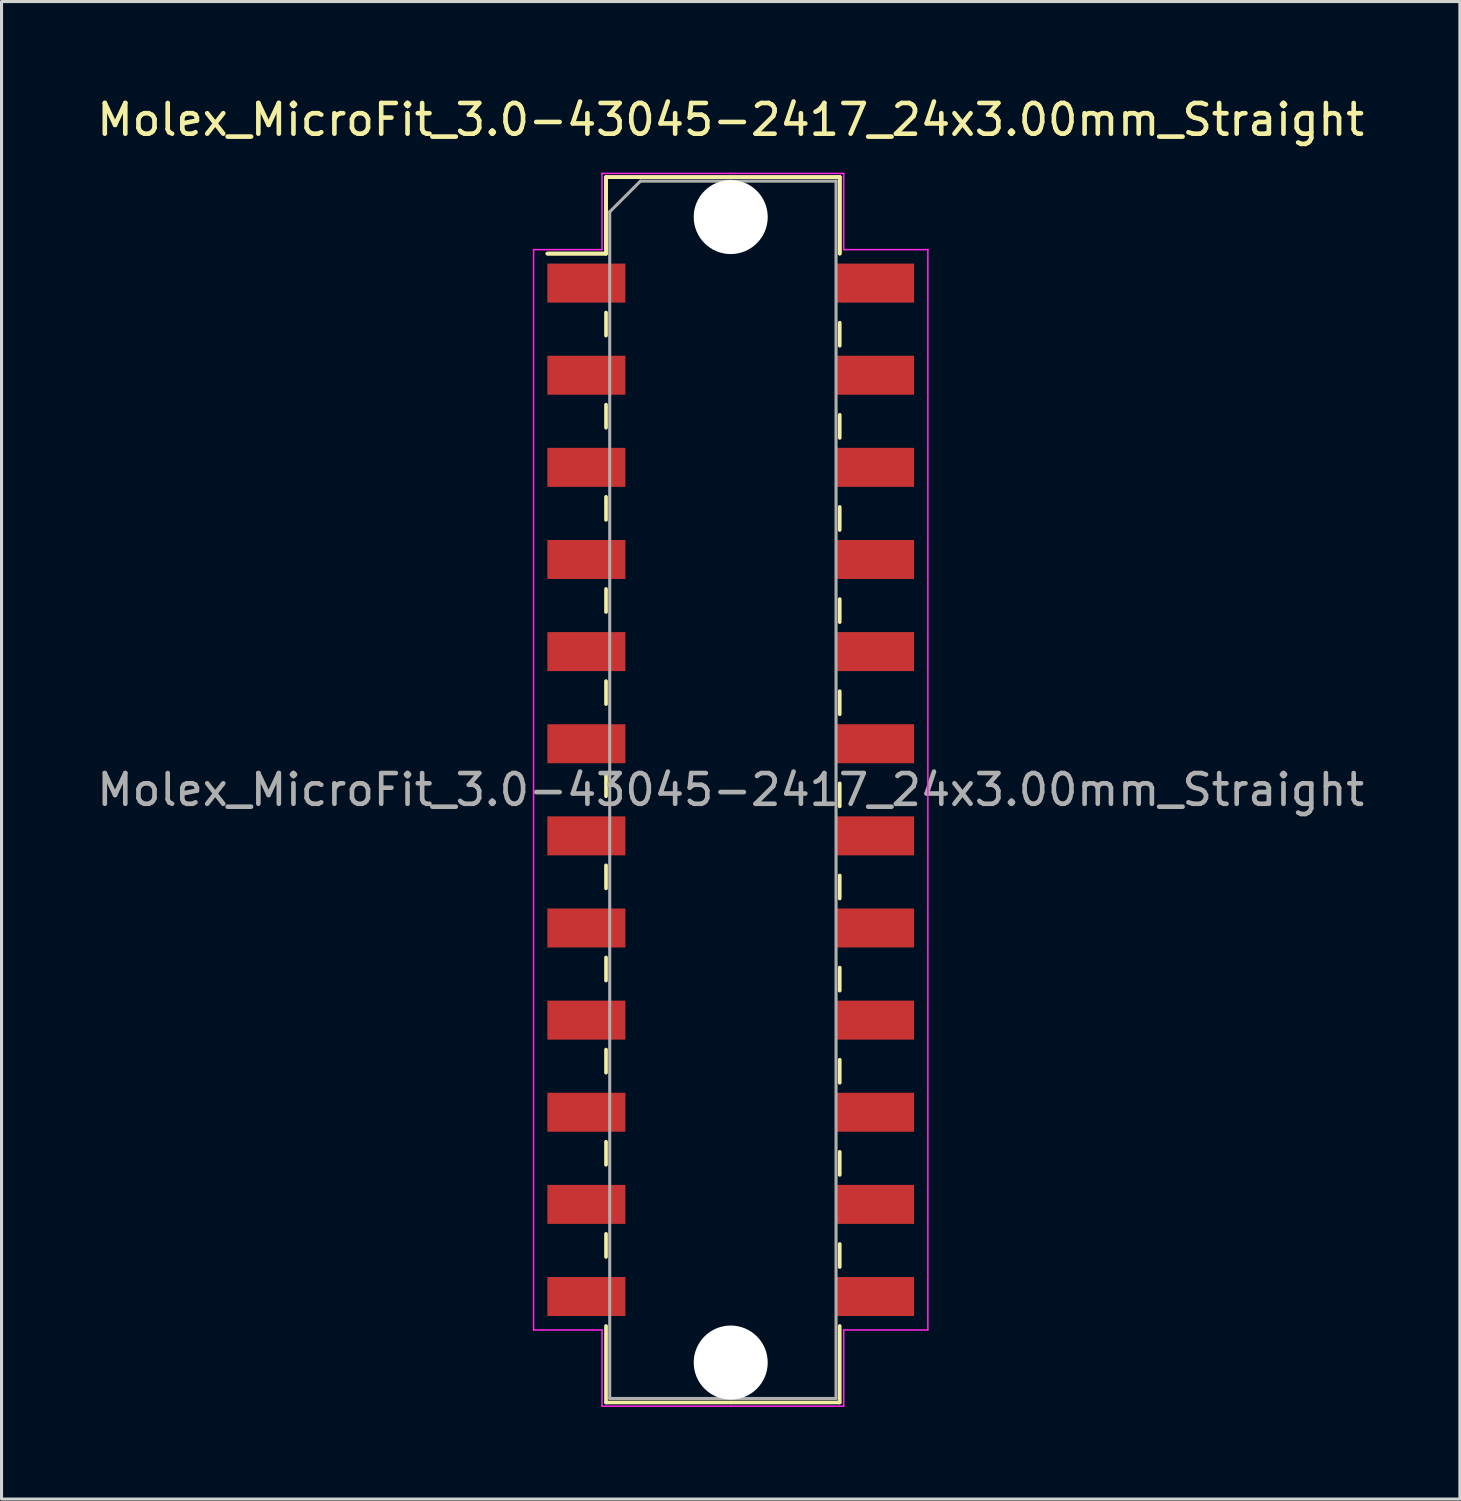
<source format=kicad_pcb>
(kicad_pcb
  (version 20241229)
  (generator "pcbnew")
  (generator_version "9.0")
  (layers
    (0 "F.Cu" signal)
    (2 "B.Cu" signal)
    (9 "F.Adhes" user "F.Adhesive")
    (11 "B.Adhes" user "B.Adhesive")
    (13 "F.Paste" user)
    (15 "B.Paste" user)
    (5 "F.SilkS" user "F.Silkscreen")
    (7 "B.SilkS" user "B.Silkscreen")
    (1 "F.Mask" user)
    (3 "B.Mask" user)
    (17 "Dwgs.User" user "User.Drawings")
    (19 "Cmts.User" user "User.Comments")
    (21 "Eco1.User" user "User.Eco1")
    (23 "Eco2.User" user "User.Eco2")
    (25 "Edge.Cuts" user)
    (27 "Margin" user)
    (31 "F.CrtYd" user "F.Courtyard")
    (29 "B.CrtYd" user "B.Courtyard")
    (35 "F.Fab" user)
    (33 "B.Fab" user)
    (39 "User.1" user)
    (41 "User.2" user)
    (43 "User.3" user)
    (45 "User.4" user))
  (footprint "Molex_MicroFit_3.0-43045-2417_24x3.00mm_Straight"
    (layer "F.Cu")
    (at 20.744 22.668)
    (property "Reference" "Molex_MicroFit_3.0-43045-2417_24x3.00mm_Straight" (at 0 -21.82 0) (layer "F.SilkS") (effects (font (size 1 1) (thickness 0.15))))
    (attr smd)
    (fp_line (start -5.97 -17.46) (end -4.06 -17.46) (stroke (width 0.12) (type solid)) (layer "F.SilkS"))
    (fp_line (start -5.97 -17.46) (end -4.06 -17.46) (stroke (width 0.12) (type solid)) (layer "F.SilkS"))
    (fp_line (start -4.06 -19.95) (end 3.55 -19.95) (stroke (width 0.12) (type solid)) (layer "F.SilkS"))
    (fp_line (start -4.06 -19.95) (end 3.55 -19.95) (stroke (width 0.12) (type solid)) (layer "F.SilkS"))
    (fp_line (start -4.06 -17.46) (end -4.06 -19.95) (stroke (width 0.12) (type solid)) (layer "F.SilkS"))
    (fp_line (start -4.06 -17.46) (end -4.06 -19.95) (stroke (width 0.12) (type solid)) (layer "F.SilkS"))
    (fp_line (start -4.06 -15.54) (end -4.06 -14.79) (stroke (width 0.12) (type solid)) (layer "F.SilkS"))
    (fp_line (start -4.06 -12.54) (end -4.06 -11.79) (stroke (width 0.12) (type solid)) (layer "F.SilkS"))
    (fp_line (start -4.06 -9.54) (end -4.06 -8.79) (stroke (width 0.12) (type solid)) (layer "F.SilkS"))
    (fp_line (start -4.06 -6.54) (end -4.06 -5.79) (stroke (width 0.12) (type solid)) (layer "F.SilkS"))
    (fp_line (start -4.06 -3.54) (end -4.06 -2.79) (stroke (width 0.12) (type solid)) (layer "F.SilkS"))
    (fp_line (start -4.06 -0.54) (end -4.06 0.21) (stroke (width 0.12) (type solid)) (layer "F.SilkS"))
    (fp_line (start -4.06 2.46) (end -4.06 3.21) (stroke (width 0.12) (type solid)) (layer "F.SilkS"))
    (fp_line (start -4.06 5.46) (end -4.06 6.21) (stroke (width 0.12) (type solid)) (layer "F.SilkS"))
    (fp_line (start -4.06 8.46) (end -4.06 9.21) (stroke (width 0.12) (type solid)) (layer "F.SilkS"))
    (fp_line (start -4.06 11.46) (end -4.06 12.21) (stroke (width 0.12) (type solid)) (layer "F.SilkS"))
    (fp_line (start -4.06 14.46) (end -4.06 15.21) (stroke (width 0.12) (type solid)) (layer "F.SilkS"))
    (fp_line (start -4.06 19.95) (end -4.06 17.46) (stroke (width 0.12) (type solid)) (layer "F.SilkS"))
    (fp_line (start 3.55 -19.95) (end 3.55 -17.46) (stroke (width 0.12) (type solid)) (layer "F.SilkS"))
    (fp_line (start 3.55 -19.95) (end 3.55 -17.46) (stroke (width 0.12) (type solid)) (layer "F.SilkS"))
    (fp_line (start 3.55 -14.46) (end 3.55 -15.21) (stroke (width 0.12) (type solid)) (layer "F.SilkS"))
    (fp_line (start 3.55 -11.46) (end 3.55 -12.21) (stroke (width 0.12) (type solid)) (layer "F.SilkS"))
    (fp_line (start 3.55 -8.46) (end 3.55 -9.21) (stroke (width 0.12) (type solid)) (layer "F.SilkS"))
    (fp_line (start 3.55 -5.46) (end 3.55 -6.21) (stroke (width 0.12) (type solid)) (layer "F.SilkS"))
    (fp_line (start 3.55 -2.46) (end 3.55 -3.21) (stroke (width 0.12) (type solid)) (layer "F.SilkS"))
    (fp_line (start 3.55 0.54) (end 3.55 -0.21) (stroke (width 0.12) (type solid)) (layer "F.SilkS"))
    (fp_line (start 3.55 3.54) (end 3.55 2.79) (stroke (width 0.12) (type solid)) (layer "F.SilkS"))
    (fp_line (start 3.55 6.54) (end 3.55 5.79) (stroke (width 0.12) (type solid)) (layer "F.SilkS"))
    (fp_line (start 3.55 9.54) (end 3.55 8.79) (stroke (width 0.12) (type solid)) (layer "F.SilkS"))
    (fp_line (start 3.55 12.54) (end 3.55 11.79) (stroke (width 0.12) (type solid)) (layer "F.SilkS"))
    (fp_line (start 3.55 15.54) (end 3.55 14.79) (stroke (width 0.12) (type solid)) (layer "F.SilkS"))
    (fp_line (start 3.55 17.46) (end 3.55 19.95) (stroke (width 0.12) (type solid)) (layer "F.SilkS"))
    (fp_line (start 3.55 19.95) (end -4.06 19.95) (stroke (width 0.12) (type solid)) (layer "F.SilkS"))
    (fp_line (start -6.42 -17.59) (end -4.19 -17.59) (stroke (width 0.05) (type solid)) (layer "F.CrtYd"))
    (fp_line (start -6.42 17.59) (end -6.42 -17.59) (stroke (width 0.05) (type solid)) (layer "F.CrtYd"))
    (fp_line (start -4.19 -20.07) (end 0 -20.07) (stroke (width 0.05) (type solid)) (layer "F.CrtYd"))
    (fp_line (start -4.19 -17.59) (end -4.19 -20.07) (stroke (width 0.05) (type solid)) (layer "F.CrtYd"))
    (fp_line (start -4.19 17.59) (end -6.42 17.59) (stroke (width 0.05) (type solid)) (layer "F.CrtYd"))
    (fp_line (start -4.19 20.07) (end -4.19 17.59) (stroke (width 0.05) (type solid)) (layer "F.CrtYd"))
    (fp_line (start 0 -20.07) (end 3.68 -20.07) (stroke (width 0.05) (type solid)) (layer "F.CrtYd"))
    (fp_line (start 0 20.07) (end -4.19 20.07) (stroke (width 0.05) (type solid)) (layer "F.CrtYd"))
    (fp_line (start 3.68 -20.07) (end 3.68 -17.59) (stroke (width 0.05) (type solid)) (layer "F.CrtYd"))
    (fp_line (start 3.68 -17.59) (end 6.42 -17.59) (stroke (width 0.05) (type solid)) (layer "F.CrtYd"))
    (fp_line (start 3.68 17.59) (end 3.68 20.07) (stroke (width 0.05) (type solid)) (layer "F.CrtYd"))
    (fp_line (start 3.68 20.07) (end 0 20.07) (stroke (width 0.05) (type solid)) (layer "F.CrtYd"))
    (fp_line (start 6.42 -17.59) (end 6.42 17.59) (stroke (width 0.05) (type solid)) (layer "F.CrtYd"))
    (fp_line (start 6.42 17.59) (end 3.68 17.59) (stroke (width 0.05) (type solid)) (layer "F.CrtYd"))
    (fp_line (start -3.94 -18.82) (end -2.94 -19.82) (stroke (width 0.1) (type solid)) (layer "F.Fab"))
    (fp_line (start -3.94 19.82) (end -3.94 -18.82) (stroke (width 0.1) (type solid)) (layer "F.Fab"))
    (fp_line (start -2.94 -19.82) (end 0 -19.82) (stroke (width 0.1) (type solid)) (layer "F.Fab"))
    (fp_line (start 0 -19.82) (end 3.43 -19.82) (stroke (width 0.1) (type solid)) (layer "F.Fab"))
    (fp_line (start 0 19.82) (end -3.94 19.82) (stroke (width 0.1) (type solid)) (layer "F.Fab"))
    (fp_line (start 3.43 -19.82) (end 3.43 19.82) (stroke (width 0.1) (type solid)) (layer "F.Fab"))
    (fp_line (start 3.43 19.82) (end 0 19.82) (stroke (width 0.1) (type solid)) (layer "F.Fab"))
    (fp_text user "${REFERENCE}" (at 0 0 0) (layer "F.Fab") (effects (font (size 1 1) (thickness 0.15))))
    (pad "" np_thru_hole circle (at 0 -18.65) (size 2.41 2.41) (drill 2.41) (layers "*.Cu"))
    (pad "" np_thru_hole circle (at 0 18.65) (size 2.41 2.41) (drill 2.41) (layers "*.Cu"))
    (pad "1" smd rect (at -4.7 -16.5) (size 2.54 1.27) (layers "F.Cu" "F.Mask" "F.Paste"))
    (pad "2" smd rect (at -4.7 -13.5) (size 2.54 1.27) (layers "F.Cu" "F.Mask" "F.Paste"))
    (pad "3" smd rect (at -4.7 -10.5) (size 2.54 1.27) (layers "F.Cu" "F.Mask" "F.Paste"))
    (pad "4" smd rect (at -4.7 -7.5) (size 2.54 1.27) (layers "F.Cu" "F.Mask" "F.Paste"))
    (pad "5" smd rect (at -4.7 -4.5) (size 2.54 1.27) (layers "F.Cu" "F.Mask" "F.Paste"))
    (pad "6" smd rect (at -4.7 -1.5) (size 2.54 1.27) (layers "F.Cu" "F.Mask" "F.Paste"))
    (pad "7" smd rect (at -4.7 1.5) (size 2.54 1.27) (layers "F.Cu" "F.Mask" "F.Paste"))
    (pad "8" smd rect (at -4.7 4.5) (size 2.54 1.27) (layers "F.Cu" "F.Mask" "F.Paste"))
    (pad "9" smd rect (at -4.7 7.5) (size 2.54 1.27) (layers "F.Cu" "F.Mask" "F.Paste"))
    (pad "10" smd rect (at -4.7 10.5) (size 2.54 1.27) (layers "F.Cu" "F.Mask" "F.Paste"))
    (pad "11" smd rect (at -4.7 13.5) (size 2.54 1.27) (layers "F.Cu" "F.Mask" "F.Paste"))
    (pad "12" smd rect (at -4.7 16.5) (size 2.54 1.27) (layers "F.Cu" "F.Mask" "F.Paste"))
    (pad "13" smd rect (at 4.7 16.5) (size 2.54 1.27) (layers "F.Cu" "F.Mask" "F.Paste"))
    (pad "14" smd rect (at 4.7 13.5) (size 2.54 1.27) (layers "F.Cu" "F.Mask" "F.Paste"))
    (pad "15" smd rect (at 4.7 10.5) (size 2.54 1.27) (layers "F.Cu" "F.Mask" "F.Paste"))
    (pad "16" smd rect (at 4.7 7.5) (size 2.54 1.27) (layers "F.Cu" "F.Mask" "F.Paste"))
    (pad "17" smd rect (at 4.7 4.5) (size 2.54 1.27) (layers "F.Cu" "F.Mask" "F.Paste"))
    (pad "18" smd rect (at 4.7 1.5) (size 2.54 1.27) (layers "F.Cu" "F.Mask" "F.Paste"))
    (pad "19" smd rect (at 4.7 -1.5) (size 2.54 1.27) (layers "F.Cu" "F.Mask" "F.Paste"))
    (pad "20" smd rect (at 4.7 -4.5) (size 2.54 1.27) (layers "F.Cu" "F.Mask" "F.Paste"))
    (pad "21" smd rect (at 4.7 -7.5) (size 2.54 1.27) (layers "F.Cu" "F.Mask" "F.Paste"))
    (pad "22" smd rect (at 4.7 -10.5) (size 2.54 1.27) (layers "F.Cu" "F.Mask" "F.Paste"))
    (pad "23" smd rect (at 4.7 -13.5) (size 2.54 1.27) (layers "F.Cu" "F.Mask" "F.Paste"))
    (pad "24" smd rect (at 4.7 -16.5) (size 2.54 1.27) (layers "F.Cu" "F.Mask" "F.Paste")))
  (gr_rect
    (start -3 -3)
    (end 44.488 45.763)
    (stroke (width 0.1) (type default))
    (fill no)
    (layer "Edge.Cuts")))
</source>
